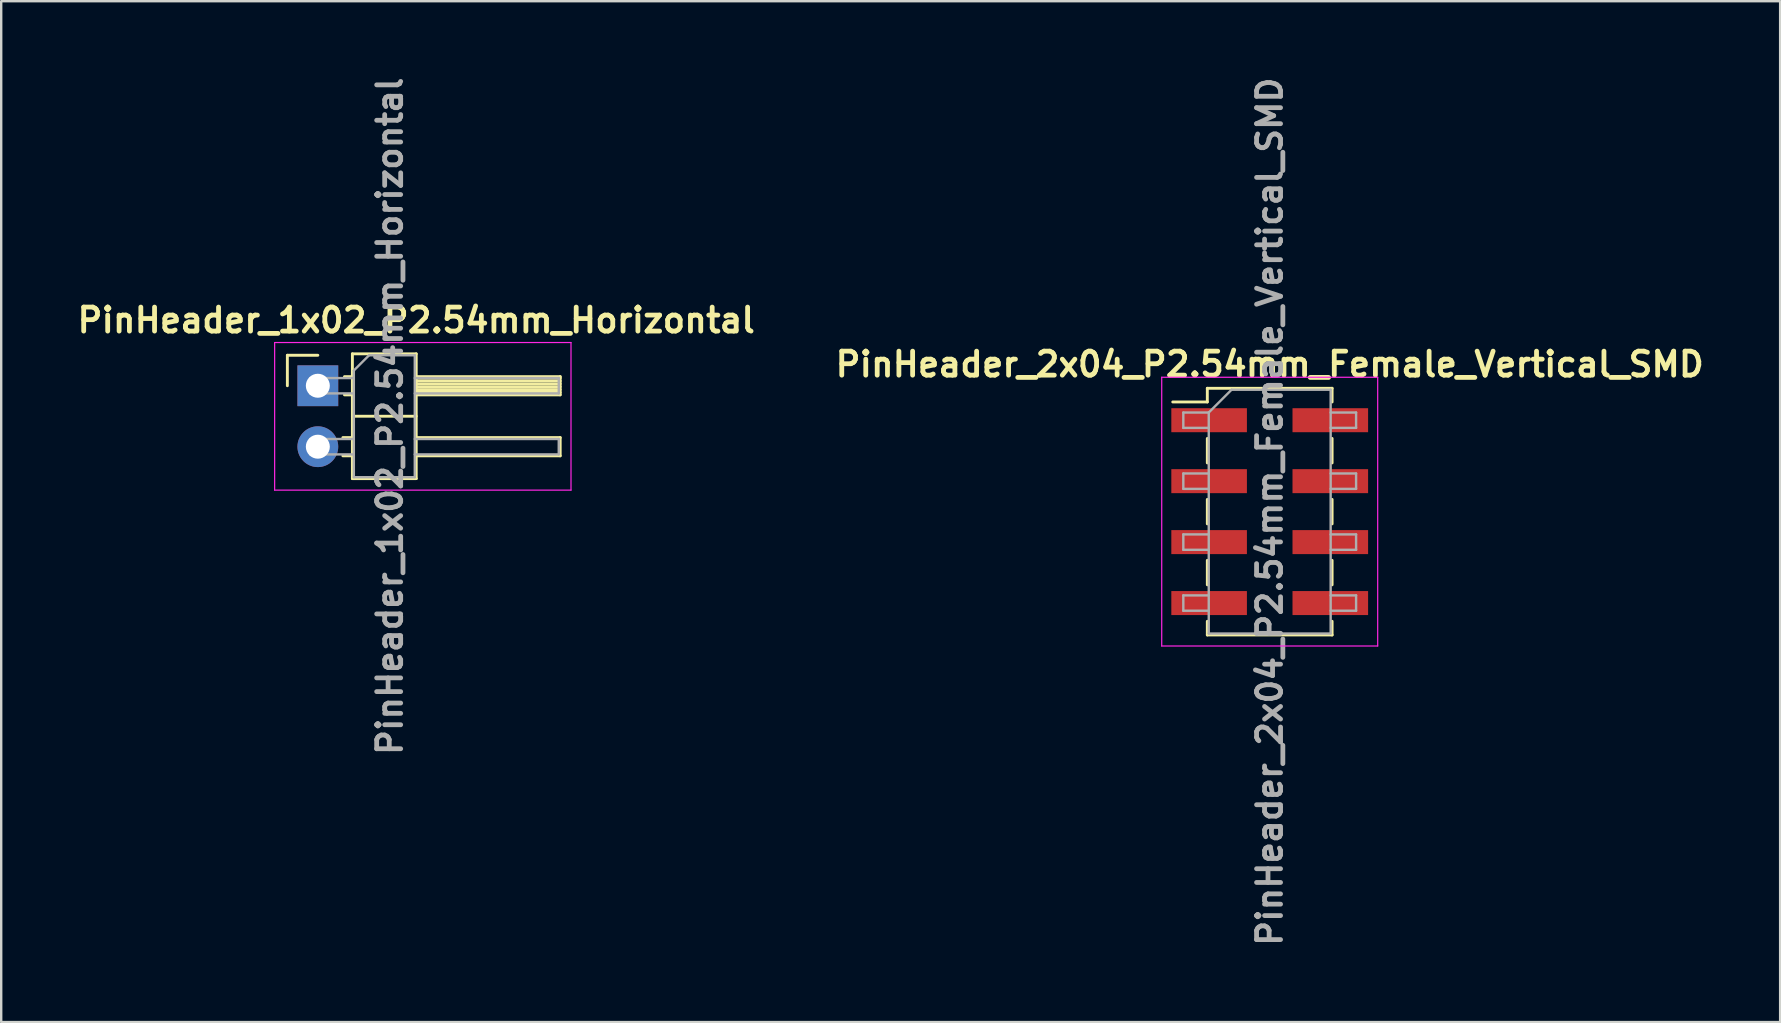
<source format=kicad_pcb>
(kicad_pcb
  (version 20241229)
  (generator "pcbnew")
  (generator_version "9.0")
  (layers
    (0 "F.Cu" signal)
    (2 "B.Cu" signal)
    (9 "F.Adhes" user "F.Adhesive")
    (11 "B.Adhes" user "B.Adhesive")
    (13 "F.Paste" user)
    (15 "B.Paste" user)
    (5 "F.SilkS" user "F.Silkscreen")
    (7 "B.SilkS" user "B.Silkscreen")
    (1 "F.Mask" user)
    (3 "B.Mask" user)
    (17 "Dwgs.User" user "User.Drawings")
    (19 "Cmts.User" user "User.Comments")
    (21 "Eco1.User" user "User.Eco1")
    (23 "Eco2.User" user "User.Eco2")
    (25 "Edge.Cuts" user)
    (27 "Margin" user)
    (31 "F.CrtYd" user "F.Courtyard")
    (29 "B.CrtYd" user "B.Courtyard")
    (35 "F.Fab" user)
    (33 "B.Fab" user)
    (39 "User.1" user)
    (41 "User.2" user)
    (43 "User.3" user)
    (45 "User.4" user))
  (footprint "PinHeader_2x04_P2.54mm_Female_Vertical_SMD"
    (layer "F.Cu")
    (at 49.862 18.271)
    (property "Reference" "PinHeader_2x04_P2.54mm_Female_Vertical_SMD" (at 0 -6.14 0) (layer "F.SilkS") (effects (font (size 1 1) (thickness 0.2))))
    (attr smd)
    (fp_line (start -4.04 -4.57) (end -2.6 -4.57) (stroke (width 0.12) (type solid)) (layer "F.SilkS"))
    (fp_line (start -2.6 -5.14) (end -2.6 -4.57) (stroke (width 0.12) (type solid)) (layer "F.SilkS"))
    (fp_line (start -2.6 -5.14) (end 2.6 -5.14) (stroke (width 0.12) (type solid)) (layer "F.SilkS"))
    (fp_line (start -2.6 -3.05) (end -2.6 -2.03) (stroke (width 0.12) (type solid)) (layer "F.SilkS"))
    (fp_line (start -2.6 -0.51) (end -2.6 0.51) (stroke (width 0.12) (type solid)) (layer "F.SilkS"))
    (fp_line (start -2.6 2.03) (end -2.6 3.05) (stroke (width 0.12) (type solid)) (layer "F.SilkS"))
    (fp_line (start -2.6 4.57) (end -2.6 5.14) (stroke (width 0.12) (type solid)) (layer "F.SilkS"))
    (fp_line (start -2.6 5.14) (end 2.6 5.14) (stroke (width 0.12) (type solid)) (layer "F.SilkS"))
    (fp_line (start 2.6 -5.14) (end 2.6 -4.57) (stroke (width 0.12) (type solid)) (layer "F.SilkS"))
    (fp_line (start 2.6 -3.05) (end 2.6 -2.03) (stroke (width 0.12) (type solid)) (layer "F.SilkS"))
    (fp_line (start 2.6 -0.51) (end 2.6 0.51) (stroke (width 0.12) (type solid)) (layer "F.SilkS"))
    (fp_line (start 2.6 2.03) (end 2.6 3.05) (stroke (width 0.12) (type solid)) (layer "F.SilkS"))
    (fp_line (start 2.6 4.57) (end 2.6 5.14) (stroke (width 0.12) (type solid)) (layer "F.SilkS"))
    (fp_line (start -4.5 -5.6) (end -4.5 5.6) (stroke (width 0.05) (type solid)) (layer "F.CrtYd"))
    (fp_line (start -4.5 5.6) (end 4.5 5.6) (stroke (width 0.05) (type solid)) (layer "F.CrtYd"))
    (fp_line (start 4.5 -5.6) (end -4.5 -5.6) (stroke (width 0.05) (type solid)) (layer "F.CrtYd"))
    (fp_line (start 4.5 5.6) (end 4.5 -5.6) (stroke (width 0.05) (type solid)) (layer "F.CrtYd"))
    (fp_line (start -3.6 -4.13) (end -3.6 -3.49) (stroke (width 0.1) (type solid)) (layer "F.Fab"))
    (fp_line (start -3.6 -3.49) (end -2.54 -3.49) (stroke (width 0.1) (type solid)) (layer "F.Fab"))
    (fp_line (start -3.6 -1.59) (end -3.6 -0.95) (stroke (width 0.1) (type solid)) (layer "F.Fab"))
    (fp_line (start -3.6 -0.95) (end -2.54 -0.95) (stroke (width 0.1) (type solid)) (layer "F.Fab"))
    (fp_line (start -3.6 0.95) (end -3.6 1.59) (stroke (width 0.1) (type solid)) (layer "F.Fab"))
    (fp_line (start -3.6 1.59) (end -2.54 1.59) (stroke (width 0.1) (type solid)) (layer "F.Fab"))
    (fp_line (start -3.6 3.49) (end -3.6 4.13) (stroke (width 0.1) (type solid)) (layer "F.Fab"))
    (fp_line (start -3.6 4.13) (end -2.54 4.13) (stroke (width 0.1) (type solid)) (layer "F.Fab"))
    (fp_line (start -2.54 -4.13) (end -3.6 -4.13) (stroke (width 0.1) (type solid)) (layer "F.Fab"))
    (fp_line (start -2.54 -4.13) (end -1.59 -5.08) (stroke (width 0.1) (type solid)) (layer "F.Fab"))
    (fp_line (start -2.54 -1.59) (end -3.6 -1.59) (stroke (width 0.1) (type solid)) (layer "F.Fab"))
    (fp_line (start -2.54 0.95) (end -3.6 0.95) (stroke (width 0.1) (type solid)) (layer "F.Fab"))
    (fp_line (start -2.54 3.49) (end -3.6 3.49) (stroke (width 0.1) (type solid)) (layer "F.Fab"))
    (fp_line (start -2.54 5.08) (end -2.54 -4.13) (stroke (width 0.1) (type solid)) (layer "F.Fab"))
    (fp_line (start -1.59 -5.08) (end 2.54 -5.08) (stroke (width 0.1) (type solid)) (layer "F.Fab"))
    (fp_line (start 2.54 -5.08) (end 2.54 5.08) (stroke (width 0.1) (type solid)) (layer "F.Fab"))
    (fp_line (start 2.54 -4.13) (end 3.6 -4.13) (stroke (width 0.1) (type solid)) (layer "F.Fab"))
    (fp_line (start 2.54 -1.59) (end 3.6 -1.59) (stroke (width 0.1) (type solid)) (layer "F.Fab"))
    (fp_line (start 2.54 0.95) (end 3.6 0.95) (stroke (width 0.1) (type solid)) (layer "F.Fab"))
    (fp_line (start 2.54 3.49) (end 3.6 3.49) (stroke (width 0.1) (type solid)) (layer "F.Fab"))
    (fp_line (start 2.54 5.08) (end -2.54 5.08) (stroke (width 0.1) (type solid)) (layer "F.Fab"))
    (fp_line (start 3.6 -4.13) (end 3.6 -3.49) (stroke (width 0.1) (type solid)) (layer "F.Fab"))
    (fp_line (start 3.6 -3.49) (end 2.54 -3.49) (stroke (width 0.1) (type solid)) (layer "F.Fab"))
    (fp_line (start 3.6 -1.59) (end 3.6 -0.95) (stroke (width 0.1) (type solid)) (layer "F.Fab"))
    (fp_line (start 3.6 -0.95) (end 2.54 -0.95) (stroke (width 0.1) (type solid)) (layer "F.Fab"))
    (fp_line (start 3.6 0.95) (end 3.6 1.59) (stroke (width 0.1) (type solid)) (layer "F.Fab"))
    (fp_line (start 3.6 1.59) (end 2.54 1.59) (stroke (width 0.1) (type solid)) (layer "F.Fab"))
    (fp_line (start 3.6 3.49) (end 3.6 4.13) (stroke (width 0.1) (type solid)) (layer "F.Fab"))
    (fp_line (start 3.6 4.13) (end 2.54 4.13) (stroke (width 0.1) (type solid)) (layer "F.Fab"))
    (fp_text user "${REFERENCE}" (at 0 0 90) (layer "F.Fab") (effects (font (size 1 1) (thickness 0.2))))
    (pad "1" smd rect (at -2.525 -3.81) (size 3.15 1) (layers "F.Cu" "F.Mask" "F.Paste"))
    (pad "2" smd rect (at 2.525 -3.81) (size 3.15 1) (layers "F.Cu" "F.Mask" "F.Paste"))
    (pad "3" smd rect (at -2.525 -1.27) (size 3.15 1) (layers "F.Cu" "F.Mask" "F.Paste"))
    (pad "4" smd rect (at 2.525 -1.27) (size 3.15 1) (layers "F.Cu" "F.Mask" "F.Paste"))
    (pad "5" smd rect (at -2.525 1.27) (size 3.15 1) (layers "F.Cu" "F.Mask" "F.Paste"))
    (pad "6" smd rect (at 2.525 1.27) (size 3.15 1) (layers "F.Cu" "F.Mask" "F.Paste"))
    (pad "7" smd rect (at -2.525 3.81) (size 3.15 1) (layers "F.Cu" "F.Mask" "F.Paste"))
    (pad "8" smd rect (at 2.525 3.81) (size 3.15 1) (layers "F.Cu" "F.Mask" "F.Paste")))
  (footprint "PinHeader_1x02_P2.54mm_Horizontal"
    (layer "F.Cu")
    (at 10.195 14.295)
    (property "Reference" "PinHeader_1x02_P2.54mm_Horizontal" (at 4.1 -4 0) (layer "F.SilkS") (effects (font (size 1 1) (thickness 0.2))))
    (attr through_hole)
    (fp_line (start -1.27 -2.54) (end 0 -2.54) (stroke (width 0.12) (type solid)) (layer "F.SilkS"))
    (fp_line (start -1.27 -1.27) (end -1.27 -2.54) (stroke (width 0.12) (type solid)) (layer "F.SilkS"))
    (fp_line (start 1.043 0.89) (end 1.44 0.89) (stroke (width 0.12) (type solid)) (layer "F.SilkS"))
    (fp_line (start 1.043 1.65) (end 1.44 1.65) (stroke (width 0.12) (type solid)) (layer "F.SilkS"))
    (fp_line (start 1.11 -1.65) (end 1.44 -1.65) (stroke (width 0.12) (type solid)) (layer "F.SilkS"))
    (fp_line (start 1.11 -0.89) (end 1.44 -0.89) (stroke (width 0.12) (type solid)) (layer "F.SilkS"))
    (fp_line (start 1.44 -2.6) (end 1.44 2.6) (stroke (width 0.12) (type solid)) (layer "F.SilkS"))
    (fp_line (start 1.44 0) (end 4.1 0) (stroke (width 0.12) (type solid)) (layer "F.SilkS"))
    (fp_line (start 1.44 2.6) (end 4.1 2.6) (stroke (width 0.12) (type solid)) (layer "F.SilkS"))
    (fp_line (start 4.1 -2.6) (end 1.44 -2.6) (stroke (width 0.12) (type solid)) (layer "F.SilkS"))
    (fp_line (start 4.1 -1.65) (end 10.1 -1.65) (stroke (width 0.12) (type solid)) (layer "F.SilkS"))
    (fp_line (start 4.1 -1.59) (end 10.1 -1.59) (stroke (width 0.12) (type solid)) (layer "F.SilkS"))
    (fp_line (start 4.1 -1.47) (end 10.1 -1.47) (stroke (width 0.12) (type solid)) (layer "F.SilkS"))
    (fp_line (start 4.1 -1.35) (end 10.1 -1.35) (stroke (width 0.12) (type solid)) (layer "F.SilkS"))
    (fp_line (start 4.1 -1.23) (end 10.1 -1.23) (stroke (width 0.12) (type solid)) (layer "F.SilkS"))
    (fp_line (start 4.1 -1.11) (end 10.1 -1.11) (stroke (width 0.12) (type solid)) (layer "F.SilkS"))
    (fp_line (start 4.1 -0.99) (end 10.1 -0.99) (stroke (width 0.12) (type solid)) (layer "F.SilkS"))
    (fp_line (start 4.1 0.89) (end 10.1 0.89) (stroke (width 0.12) (type solid)) (layer "F.SilkS"))
    (fp_line (start 4.1 2.6) (end 4.1 -2.6) (stroke (width 0.12) (type solid)) (layer "F.SilkS"))
    (fp_line (start 10.1 -1.65) (end 10.1 -0.89) (stroke (width 0.12) (type solid)) (layer "F.SilkS"))
    (fp_line (start 10.1 -0.89) (end 4.1 -0.89) (stroke (width 0.12) (type solid)) (layer "F.SilkS"))
    (fp_line (start 10.1 0.89) (end 10.1 1.65) (stroke (width 0.12) (type solid)) (layer "F.SilkS"))
    (fp_line (start 10.1 1.65) (end 4.1 1.65) (stroke (width 0.12) (type solid)) (layer "F.SilkS"))
    (fp_line (start -1.8 -3.07) (end -1.8 3.08) (stroke (width 0.05) (type solid)) (layer "F.CrtYd"))
    (fp_line (start -1.8 3.08) (end 10.55 3.08) (stroke (width 0.05) (type solid)) (layer "F.CrtYd"))
    (fp_line (start 10.55 -3.07) (end -1.8 -3.07) (stroke (width 0.05) (type solid)) (layer "F.CrtYd"))
    (fp_line (start 10.55 3.08) (end 10.55 -3.07) (stroke (width 0.05) (type solid)) (layer "F.CrtYd"))
    (fp_line (start -0.32 -1.59) (end -0.32 -0.95) (stroke (width 0.1) (type solid)) (layer "F.Fab"))
    (fp_line (start -0.32 -1.59) (end 1.5 -1.59) (stroke (width 0.1) (type solid)) (layer "F.Fab"))
    (fp_line (start -0.32 -0.95) (end 1.5 -0.95) (stroke (width 0.1) (type solid)) (layer "F.Fab"))
    (fp_line (start -0.32 0.95) (end -0.32 1.59) (stroke (width 0.1) (type solid)) (layer "F.Fab"))
    (fp_line (start -0.32 0.95) (end 1.5 0.95) (stroke (width 0.1) (type solid)) (layer "F.Fab"))
    (fp_line (start -0.32 1.59) (end 1.5 1.59) (stroke (width 0.1) (type solid)) (layer "F.Fab"))
    (fp_line (start 1.5 -1.905) (end 2.135 -2.54) (stroke (width 0.1) (type solid)) (layer "F.Fab"))
    (fp_line (start 1.5 2.54) (end 1.5 -1.905) (stroke (width 0.1) (type solid)) (layer "F.Fab"))
    (fp_line (start 2.135 -2.54) (end 4.04 -2.54) (stroke (width 0.1) (type solid)) (layer "F.Fab"))
    (fp_line (start 4.04 -2.54) (end 4.04 2.54) (stroke (width 0.1) (type solid)) (layer "F.Fab"))
    (fp_line (start 4.04 -1.59) (end 10.04 -1.59) (stroke (width 0.1) (type solid)) (layer "F.Fab"))
    (fp_line (start 4.04 -0.95) (end 10.04 -0.95) (stroke (width 0.1) (type solid)) (layer "F.Fab"))
    (fp_line (start 4.04 0.95) (end 10.04 0.95) (stroke (width 0.1) (type solid)) (layer "F.Fab"))
    (fp_line (start 4.04 1.59) (end 10.04 1.59) (stroke (width 0.1) (type solid)) (layer "F.Fab"))
    (fp_line (start 4.04 2.54) (end 1.5 2.54) (stroke (width 0.1) (type solid)) (layer "F.Fab"))
    (fp_line (start 10.04 -1.59) (end 10.04 -0.95) (stroke (width 0.1) (type solid)) (layer "F.Fab"))
    (fp_line (start 10.04 0.95) (end 10.04 1.59) (stroke (width 0.1) (type solid)) (layer "F.Fab"))
    (fp_text user "${REFERENCE}" (at 3 0 90) (layer "F.Fab") (effects (font (size 1 1) (thickness 0.2))))
    (pad "1" thru_hole rect (at 0 -1.27) (size 1.7 1.7) (drill 1) (layers "*.Cu" "*.Mask"))
    (pad "2" thru_hole oval (at 0 1.27) (size 1.7 1.7) (drill 1) (layers "*.Cu" "*.Mask")))
  (gr_rect
    (start -3 -3)
    (end 71.133 39.543)
    (stroke (width 0.1) (type default))
    (fill no)
    (layer "Edge.Cuts")))
</source>
